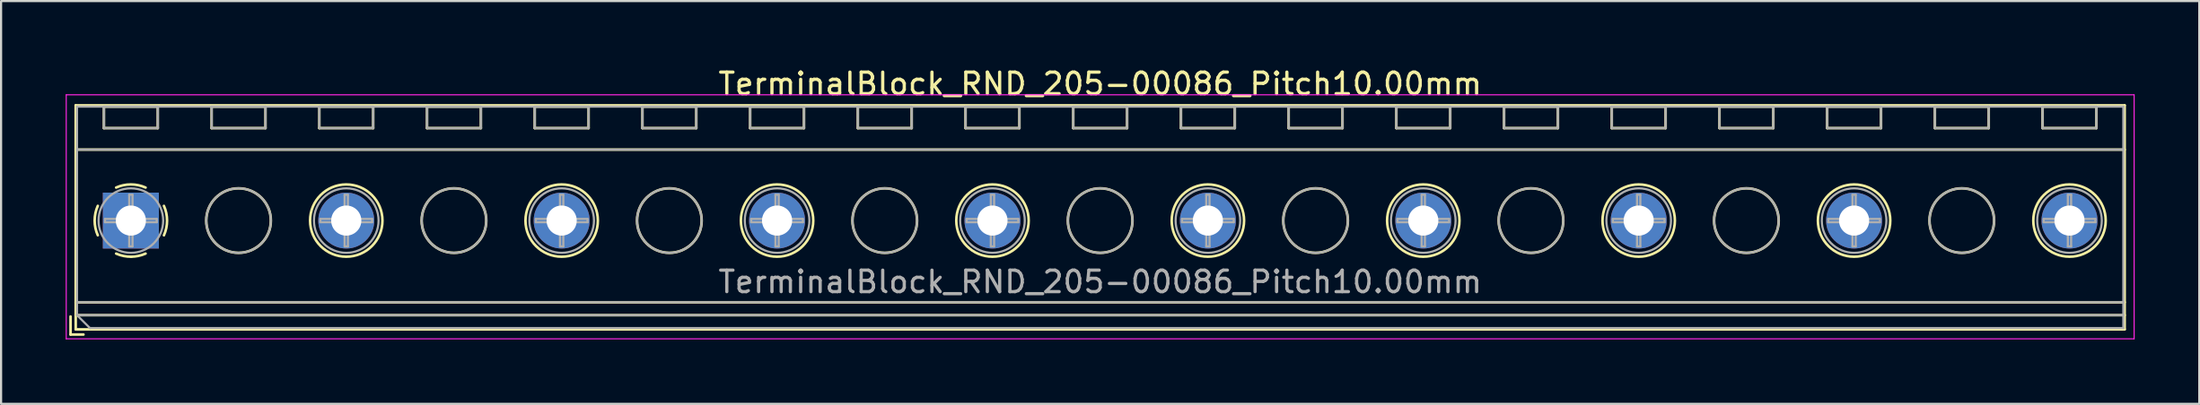
<source format=kicad_pcb>
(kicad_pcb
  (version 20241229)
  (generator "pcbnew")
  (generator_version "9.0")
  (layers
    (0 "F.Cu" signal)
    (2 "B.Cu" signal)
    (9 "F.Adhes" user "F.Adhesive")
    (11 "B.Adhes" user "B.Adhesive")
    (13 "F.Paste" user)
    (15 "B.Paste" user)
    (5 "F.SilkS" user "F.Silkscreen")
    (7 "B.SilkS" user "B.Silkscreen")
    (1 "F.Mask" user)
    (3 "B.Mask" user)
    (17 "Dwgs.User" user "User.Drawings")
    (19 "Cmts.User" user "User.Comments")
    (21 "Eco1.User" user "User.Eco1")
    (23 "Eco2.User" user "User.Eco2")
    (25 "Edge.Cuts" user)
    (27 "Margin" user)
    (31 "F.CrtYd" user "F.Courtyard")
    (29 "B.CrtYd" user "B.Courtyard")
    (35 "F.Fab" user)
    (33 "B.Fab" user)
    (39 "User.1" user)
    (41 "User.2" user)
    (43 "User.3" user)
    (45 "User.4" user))
  (footprint "TerminalBlock_RND_205-00086_Pitch10.00mm"
    (layer "F.Cu")
    (at 3.025 7.208)
    (property "Reference" "TerminalBlock_RND_205-00086_Pitch10.00mm" (at 45 -6.36 0) (layer "F.SilkS") (effects (font (size 1 1) (thickness 0.15))))
    (attr through_hole)
    (fp_line (start -2.8 4.46) (end -2.8 5.3) (stroke (width 0.12) (type solid)) (layer "F.SilkS"))
    (fp_line (start -2.8 5.3) (end -2.2 5.3) (stroke (width 0.12) (type solid)) (layer "F.SilkS"))
    (fp_line (start -2.56 -5.36) (end -2.56 5.06) (stroke (width 0.12) (type solid)) (layer "F.SilkS"))
    (fp_line (start -2.56 -3.3) (end 92.56 -3.3) (stroke (width 0.12) (type solid)) (layer "F.SilkS"))
    (fp_line (start -2.56 3.8) (end 92.56 3.8) (stroke (width 0.12) (type solid)) (layer "F.SilkS"))
    (fp_line (start -2.56 4.4) (end 92.56 4.4) (stroke (width 0.12) (type solid)) (layer "F.SilkS"))
    (fp_line (start -2.56 5.06) (end 92.56 5.06) (stroke (width 0.12) (type solid)) (layer "F.SilkS"))
    (fp_line (start -1.25 -5.301) (end -1.25 -4.301) (stroke (width 0.12) (type solid)) (layer "F.SilkS"))
    (fp_line (start -1.25 -5.301) (end 1.25 -5.301) (stroke (width 0.12) (type solid)) (layer "F.SilkS"))
    (fp_line (start -1.25 -4.301) (end 1.25 -4.301) (stroke (width 0.12) (type solid)) (layer "F.SilkS"))
    (fp_line (start 1.25 -5.301) (end 1.25 -4.301) (stroke (width 0.12) (type solid)) (layer "F.SilkS"))
    (fp_line (start 3.75 -5.301) (end 3.75 -4.301) (stroke (width 0.12) (type solid)) (layer "F.SilkS"))
    (fp_line (start 3.75 -5.301) (end 6.25 -5.301) (stroke (width 0.12) (type solid)) (layer "F.SilkS"))
    (fp_line (start 3.75 -4.301) (end 6.25 -4.301) (stroke (width 0.12) (type solid)) (layer "F.SilkS"))
    (fp_line (start 6.25 -5.301) (end 6.25 -4.301) (stroke (width 0.12) (type solid)) (layer "F.SilkS"))
    (fp_line (start 8.75 -5.301) (end 8.75 -4.301) (stroke (width 0.12) (type solid)) (layer "F.SilkS"))
    (fp_line (start 8.75 -5.301) (end 11.25 -5.301) (stroke (width 0.12) (type solid)) (layer "F.SilkS"))
    (fp_line (start 8.75 -4.301) (end 11.25 -4.301) (stroke (width 0.12) (type solid)) (layer "F.SilkS"))
    (fp_line (start 11.25 -5.301) (end 11.25 -4.301) (stroke (width 0.12) (type solid)) (layer "F.SilkS"))
    (fp_line (start 13.75 -5.301) (end 13.75 -4.301) (stroke (width 0.12) (type solid)) (layer "F.SilkS"))
    (fp_line (start 13.75 -5.301) (end 16.25 -5.301) (stroke (width 0.12) (type solid)) (layer "F.SilkS"))
    (fp_line (start 13.75 -4.301) (end 16.25 -4.301) (stroke (width 0.12) (type solid)) (layer "F.SilkS"))
    (fp_line (start 16.25 -5.301) (end 16.25 -4.301) (stroke (width 0.12) (type solid)) (layer "F.SilkS"))
    (fp_line (start 18.75 -5.301) (end 18.75 -4.301) (stroke (width 0.12) (type solid)) (layer "F.SilkS"))
    (fp_line (start 18.75 -5.301) (end 21.25 -5.301) (stroke (width 0.12) (type solid)) (layer "F.SilkS"))
    (fp_line (start 18.75 -4.301) (end 21.25 -4.301) (stroke (width 0.12) (type solid)) (layer "F.SilkS"))
    (fp_line (start 21.25 -5.301) (end 21.25 -4.301) (stroke (width 0.12) (type solid)) (layer "F.SilkS"))
    (fp_line (start 23.75 -5.301) (end 23.75 -4.301) (stroke (width 0.12) (type solid)) (layer "F.SilkS"))
    (fp_line (start 23.75 -5.301) (end 26.25 -5.301) (stroke (width 0.12) (type solid)) (layer "F.SilkS"))
    (fp_line (start 23.75 -4.301) (end 26.25 -4.301) (stroke (width 0.12) (type solid)) (layer "F.SilkS"))
    (fp_line (start 26.25 -5.301) (end 26.25 -4.301) (stroke (width 0.12) (type solid)) (layer "F.SilkS"))
    (fp_line (start 28.75 -5.301) (end 28.75 -4.301) (stroke (width 0.12) (type solid)) (layer "F.SilkS"))
    (fp_line (start 28.75 -5.301) (end 31.25 -5.301) (stroke (width 0.12) (type solid)) (layer "F.SilkS"))
    (fp_line (start 28.75 -4.301) (end 31.25 -4.301) (stroke (width 0.12) (type solid)) (layer "F.SilkS"))
    (fp_line (start 31.25 -5.301) (end 31.25 -4.301) (stroke (width 0.12) (type solid)) (layer "F.SilkS"))
    (fp_line (start 33.75 -5.301) (end 33.75 -4.301) (stroke (width 0.12) (type solid)) (layer "F.SilkS"))
    (fp_line (start 33.75 -5.301) (end 36.25 -5.301) (stroke (width 0.12) (type solid)) (layer "F.SilkS"))
    (fp_line (start 33.75 -4.301) (end 36.25 -4.301) (stroke (width 0.12) (type solid)) (layer "F.SilkS"))
    (fp_line (start 36.25 -5.301) (end 36.25 -4.301) (stroke (width 0.12) (type solid)) (layer "F.SilkS"))
    (fp_line (start 38.75 -5.301) (end 38.75 -4.301) (stroke (width 0.12) (type solid)) (layer "F.SilkS"))
    (fp_line (start 38.75 -5.301) (end 41.25 -5.301) (stroke (width 0.12) (type solid)) (layer "F.SilkS"))
    (fp_line (start 38.75 -4.301) (end 41.25 -4.301) (stroke (width 0.12) (type solid)) (layer "F.SilkS"))
    (fp_line (start 41.25 -5.301) (end 41.25 -4.301) (stroke (width 0.12) (type solid)) (layer "F.SilkS"))
    (fp_line (start 43.75 -5.301) (end 43.75 -4.301) (stroke (width 0.12) (type solid)) (layer "F.SilkS"))
    (fp_line (start 43.75 -5.301) (end 46.25 -5.301) (stroke (width 0.12) (type solid)) (layer "F.SilkS"))
    (fp_line (start 43.75 -4.301) (end 46.25 -4.301) (stroke (width 0.12) (type solid)) (layer "F.SilkS"))
    (fp_line (start 46.25 -5.301) (end 46.25 -4.301) (stroke (width 0.12) (type solid)) (layer "F.SilkS"))
    (fp_line (start 48.75 -5.301) (end 48.75 -4.301) (stroke (width 0.12) (type solid)) (layer "F.SilkS"))
    (fp_line (start 48.75 -5.301) (end 51.25 -5.301) (stroke (width 0.12) (type solid)) (layer "F.SilkS"))
    (fp_line (start 48.75 -4.301) (end 51.25 -4.301) (stroke (width 0.12) (type solid)) (layer "F.SilkS"))
    (fp_line (start 51.25 -5.301) (end 51.25 -4.301) (stroke (width 0.12) (type solid)) (layer "F.SilkS"))
    (fp_line (start 53.75 -5.301) (end 53.75 -4.301) (stroke (width 0.12) (type solid)) (layer "F.SilkS"))
    (fp_line (start 53.75 -5.301) (end 56.25 -5.301) (stroke (width 0.12) (type solid)) (layer "F.SilkS"))
    (fp_line (start 53.75 -4.301) (end 56.25 -4.301) (stroke (width 0.12) (type solid)) (layer "F.SilkS"))
    (fp_line (start 56.25 -5.301) (end 56.25 -4.301) (stroke (width 0.12) (type solid)) (layer "F.SilkS"))
    (fp_line (start 58.75 -5.301) (end 58.75 -4.301) (stroke (width 0.12) (type solid)) (layer "F.SilkS"))
    (fp_line (start 58.75 -5.301) (end 61.25 -5.301) (stroke (width 0.12) (type solid)) (layer "F.SilkS"))
    (fp_line (start 58.75 -4.301) (end 61.25 -4.301) (stroke (width 0.12) (type solid)) (layer "F.SilkS"))
    (fp_line (start 61.25 -5.301) (end 61.25 -4.301) (stroke (width 0.12) (type solid)) (layer "F.SilkS"))
    (fp_line (start 63.75 -5.301) (end 63.75 -4.301) (stroke (width 0.12) (type solid)) (layer "F.SilkS"))
    (fp_line (start 63.75 -5.301) (end 66.25 -5.301) (stroke (width 0.12) (type solid)) (layer "F.SilkS"))
    (fp_line (start 63.75 -4.301) (end 66.25 -4.301) (stroke (width 0.12) (type solid)) (layer "F.SilkS"))
    (fp_line (start 66.25 -5.301) (end 66.25 -4.301) (stroke (width 0.12) (type solid)) (layer "F.SilkS"))
    (fp_line (start 68.75 -5.301) (end 68.75 -4.301) (stroke (width 0.12) (type solid)) (layer "F.SilkS"))
    (fp_line (start 68.75 -5.301) (end 71.25 -5.301) (stroke (width 0.12) (type solid)) (layer "F.SilkS"))
    (fp_line (start 68.75 -4.301) (end 71.25 -4.301) (stroke (width 0.12) (type solid)) (layer "F.SilkS"))
    (fp_line (start 71.25 -5.301) (end 71.25 -4.301) (stroke (width 0.12) (type solid)) (layer "F.SilkS"))
    (fp_line (start 73.75 -5.301) (end 73.75 -4.301) (stroke (width 0.12) (type solid)) (layer "F.SilkS"))
    (fp_line (start 73.75 -5.301) (end 76.25 -5.301) (stroke (width 0.12) (type solid)) (layer "F.SilkS"))
    (fp_line (start 73.75 -4.301) (end 76.25 -4.301) (stroke (width 0.12) (type solid)) (layer "F.SilkS"))
    (fp_line (start 76.25 -5.301) (end 76.25 -4.301) (stroke (width 0.12) (type solid)) (layer "F.SilkS"))
    (fp_line (start 78.75 -5.301) (end 78.75 -4.301) (stroke (width 0.12) (type solid)) (layer "F.SilkS"))
    (fp_line (start 78.75 -5.301) (end 81.25 -5.301) (stroke (width 0.12) (type solid)) (layer "F.SilkS"))
    (fp_line (start 78.75 -4.301) (end 81.25 -4.301) (stroke (width 0.12) (type solid)) (layer "F.SilkS"))
    (fp_line (start 81.25 -5.301) (end 81.25 -4.301) (stroke (width 0.12) (type solid)) (layer "F.SilkS"))
    (fp_line (start 83.75 -5.301) (end 83.75 -4.301) (stroke (width 0.12) (type solid)) (layer "F.SilkS"))
    (fp_line (start 83.75 -5.301) (end 86.25 -5.301) (stroke (width 0.12) (type solid)) (layer "F.SilkS"))
    (fp_line (start 83.75 -4.301) (end 86.25 -4.301) (stroke (width 0.12) (type solid)) (layer "F.SilkS"))
    (fp_line (start 86.25 -5.301) (end 86.25 -4.301) (stroke (width 0.12) (type solid)) (layer "F.SilkS"))
    (fp_line (start 88.75 -5.301) (end 88.75 -4.301) (stroke (width 0.12) (type solid)) (layer "F.SilkS"))
    (fp_line (start 88.75 -5.301) (end 91.25 -5.301) (stroke (width 0.12) (type solid)) (layer "F.SilkS"))
    (fp_line (start 88.75 -4.301) (end 91.25 -4.301) (stroke (width 0.12) (type solid)) (layer "F.SilkS"))
    (fp_line (start 91.25 -5.301) (end 91.25 -4.301) (stroke (width 0.12) (type solid)) (layer "F.SilkS"))
    (fp_line (start 92.56 -5.36) (end -2.56 -5.36) (stroke (width 0.12) (type solid)) (layer "F.SilkS"))
    (fp_line (start 92.56 5.06) (end 92.56 -5.36) (stroke (width 0.12) (type solid)) (layer "F.SilkS"))
    (fp_arc (start -1.535427 0.683042) (mid -1.680501 -0.000524) (end -1.535 -0.684) (stroke (width 0.12) (type solid)) (layer "F.SilkS"))
    (fp_arc (start -0.683042 -1.535427) (mid 0.000524 -1.680501) (end 0.684 -1.535) (stroke (width 0.12) (type solid)) (layer "F.SilkS"))
    (fp_arc (start 0.028805 1.680253) (mid -0.335551 1.646659) (end -0.684 1.535) (stroke (width 0.12) (type solid)) (layer "F.SilkS"))
    (fp_arc (start 0.683318 1.534756) (mid 0.349292 1.643288) (end 0 1.68) (stroke (width 0.12) (type solid)) (layer "F.SilkS"))
    (fp_arc (start 1.535427 -0.683042) (mid 1.680501 0.000524) (end 1.535 0.684) (stroke (width 0.12) (type solid)) (layer "F.SilkS"))
    (fp_circle (center 5 0) (end 6.5 0) (stroke (width 0.12) (type solid)) (fill no) (layer "F.SilkS"))
    (fp_circle (center 10 0) (end 11.68 0) (stroke (width 0.12) (type solid)) (fill no) (layer "F.SilkS"))
    (fp_circle (center 15 0) (end 16.5 0) (stroke (width 0.12) (type solid)) (fill no) (layer "F.SilkS"))
    (fp_circle (center 20 0) (end 21.68 0) (stroke (width 0.12) (type solid)) (fill no) (layer "F.SilkS"))
    (fp_circle (center 25 0) (end 26.5 0) (stroke (width 0.12) (type solid)) (fill no) (layer "F.SilkS"))
    (fp_circle (center 30 0) (end 31.68 0) (stroke (width 0.12) (type solid)) (fill no) (layer "F.SilkS"))
    (fp_circle (center 35 0) (end 36.5 0) (stroke (width 0.12) (type solid)) (fill no) (layer "F.SilkS"))
    (fp_circle (center 40 0) (end 41.68 0) (stroke (width 0.12) (type solid)) (fill no) (layer "F.SilkS"))
    (fp_circle (center 45 0) (end 46.5 0) (stroke (width 0.12) (type solid)) (fill no) (layer "F.SilkS"))
    (fp_circle (center 50 0) (end 51.68 0) (stroke (width 0.12) (type solid)) (fill no) (layer "F.SilkS"))
    (fp_circle (center 55 0) (end 56.5 0) (stroke (width 0.12) (type solid)) (fill no) (layer "F.SilkS"))
    (fp_circle (center 60 0) (end 61.68 0) (stroke (width 0.12) (type solid)) (fill no) (layer "F.SilkS"))
    (fp_circle (center 65 0) (end 66.5 0) (stroke (width 0.12) (type solid)) (fill no) (layer "F.SilkS"))
    (fp_circle (center 70 0) (end 71.68 0) (stroke (width 0.12) (type solid)) (fill no) (layer "F.SilkS"))
    (fp_circle (center 75 0) (end 76.5 0) (stroke (width 0.12) (type solid)) (fill no) (layer "F.SilkS"))
    (fp_circle (center 80 0) (end 81.68 0) (stroke (width 0.12) (type solid)) (fill no) (layer "F.SilkS"))
    (fp_circle (center 85 0) (end 86.5 0) (stroke (width 0.12) (type solid)) (fill no) (layer "F.SilkS"))
    (fp_circle (center 90 0) (end 91.68 0) (stroke (width 0.12) (type solid)) (fill no) (layer "F.SilkS"))
    (fp_line (start -3 -5.85) (end -3 5.5) (stroke (width 0.05) (type solid)) (layer "F.CrtYd"))
    (fp_line (start -3 5.5) (end 93 5.5) (stroke (width 0.05) (type solid)) (layer "F.CrtYd"))
    (fp_line (start 93 -5.85) (end -3 -5.85) (stroke (width 0.05) (type solid)) (layer "F.CrtYd"))
    (fp_line (start 93 5.5) (end 93 -5.85) (stroke (width 0.05) (type solid)) (layer "F.CrtYd"))
    (fp_line (start -2.5 -5.3) (end 92.5 -5.3) (stroke (width 0.1) (type solid)) (layer "F.Fab"))
    (fp_line (start -2.5 -3.3) (end 92.5 -3.3) (stroke (width 0.1) (type solid)) (layer "F.Fab"))
    (fp_line (start -2.5 3.8) (end 92.5 3.8) (stroke (width 0.1) (type solid)) (layer "F.Fab"))
    (fp_line (start -2.5 4.4) (end -2.5 -5.3) (stroke (width 0.1) (type solid)) (layer "F.Fab"))
    (fp_line (start -2.5 4.4) (end 92.5 4.4) (stroke (width 0.1) (type solid)) (layer "F.Fab"))
    (fp_line (start -1.9 5) (end -2.5 4.4) (stroke (width 0.1) (type solid)) (layer "F.Fab"))
    (fp_line (start -1.25 -5.3) (end -1.25 -4.3) (stroke (width 0.1) (type solid)) (layer "F.Fab"))
    (fp_line (start -1.25 -4.3) (end 1.25 -4.3) (stroke (width 0.1) (type solid)) (layer "F.Fab"))
    (fp_line (start -1.201 -0.076) (end -0.076 -0.076) (stroke (width 0.1) (type solid)) (layer "F.Fab"))
    (fp_line (start -1.201 0.076) (end -1.201 -0.076) (stroke (width 0.1) (type solid)) (layer "F.Fab"))
    (fp_line (start -0.076 -1.201) (end 0.076 -1.201) (stroke (width 0.1) (type solid)) (layer "F.Fab"))
    (fp_line (start -0.076 -0.076) (end -0.076 -1.201) (stroke (width 0.1) (type solid)) (layer "F.Fab"))
    (fp_line (start -0.076 0.076) (end -1.201 0.076) (stroke (width 0.1) (type solid)) (layer "F.Fab"))
    (fp_line (start -0.076 1.201) (end -0.076 0.076) (stroke (width 0.1) (type solid)) (layer "F.Fab"))
    (fp_line (start 0.076 -1.201) (end 0.076 -0.076) (stroke (width 0.1) (type solid)) (layer "F.Fab"))
    (fp_line (start 0.076 -0.076) (end 1.201 -0.076) (stroke (width 0.1) (type solid)) (layer "F.Fab"))
    (fp_line (start 0.076 0.076) (end 0.076 1.201) (stroke (width 0.1) (type solid)) (layer "F.Fab"))
    (fp_line (start 0.076 1.201) (end -0.076 1.201) (stroke (width 0.1) (type solid)) (layer "F.Fab"))
    (fp_line (start 1.201 -0.076) (end 1.201 0.076) (stroke (width 0.1) (type solid)) (layer "F.Fab"))
    (fp_line (start 1.201 0.076) (end 0.076 0.076) (stroke (width 0.1) (type solid)) (layer "F.Fab"))
    (fp_line (start 1.25 -5.3) (end -1.25 -5.3) (stroke (width 0.1) (type solid)) (layer "F.Fab"))
    (fp_line (start 1.25 -4.3) (end 1.25 -5.3) (stroke (width 0.1) (type solid)) (layer "F.Fab"))
    (fp_line (start 3.75 -5.3) (end 3.75 -4.3) (stroke (width 0.1) (type solid)) (layer "F.Fab"))
    (fp_line (start 3.75 -4.3) (end 6.25 -4.3) (stroke (width 0.1) (type solid)) (layer "F.Fab"))
    (fp_line (start 6.25 -5.3) (end 3.75 -5.3) (stroke (width 0.1) (type solid)) (layer "F.Fab"))
    (fp_line (start 6.25 -4.3) (end 6.25 -5.3) (stroke (width 0.1) (type solid)) (layer "F.Fab"))
    (fp_line (start 8.75 -5.3) (end 8.75 -4.3) (stroke (width 0.1) (type solid)) (layer "F.Fab"))
    (fp_line (start 8.75 -4.3) (end 11.25 -4.3) (stroke (width 0.1) (type solid)) (layer "F.Fab"))
    (fp_line (start 8.799 -0.076) (end 9.924 -0.076) (stroke (width 0.1) (type solid)) (layer "F.Fab"))
    (fp_line (start 8.799 0.076) (end 8.799 -0.076) (stroke (width 0.1) (type solid)) (layer "F.Fab"))
    (fp_line (start 9.924 -1.201) (end 10.076 -1.201) (stroke (width 0.1) (type solid)) (layer "F.Fab"))
    (fp_line (start 9.924 -0.076) (end 9.924 -1.201) (stroke (width 0.1) (type solid)) (layer "F.Fab"))
    (fp_line (start 9.924 0.076) (end 8.799 0.076) (stroke (width 0.1) (type solid)) (layer "F.Fab"))
    (fp_line (start 9.924 1.201) (end 9.924 0.076) (stroke (width 0.1) (type solid)) (layer "F.Fab"))
    (fp_line (start 10.076 -1.201) (end 10.076 -0.076) (stroke (width 0.1) (type solid)) (layer "F.Fab"))
    (fp_line (start 10.076 -0.076) (end 11.201 -0.076) (stroke (width 0.1) (type solid)) (layer "F.Fab"))
    (fp_line (start 10.076 0.076) (end 10.076 1.201) (stroke (width 0.1) (type solid)) (layer "F.Fab"))
    (fp_line (start 10.076 1.201) (end 9.924 1.201) (stroke (width 0.1) (type solid)) (layer "F.Fab"))
    (fp_line (start 11.201 -0.076) (end 11.201 0.076) (stroke (width 0.1) (type solid)) (layer "F.Fab"))
    (fp_line (start 11.201 0.076) (end 10.076 0.076) (stroke (width 0.1) (type solid)) (layer "F.Fab"))
    (fp_line (start 11.25 -5.3) (end 8.75 -5.3) (stroke (width 0.1) (type solid)) (layer "F.Fab"))
    (fp_line (start 11.25 -4.3) (end 11.25 -5.3) (stroke (width 0.1) (type solid)) (layer "F.Fab"))
    (fp_line (start 13.75 -5.3) (end 13.75 -4.3) (stroke (width 0.1) (type solid)) (layer "F.Fab"))
    (fp_line (start 13.75 -4.3) (end 16.25 -4.3) (stroke (width 0.1) (type solid)) (layer "F.Fab"))
    (fp_line (start 16.25 -5.3) (end 13.75 -5.3) (stroke (width 0.1) (type solid)) (layer "F.Fab"))
    (fp_line (start 16.25 -4.3) (end 16.25 -5.3) (stroke (width 0.1) (type solid)) (layer "F.Fab"))
    (fp_line (start 18.75 -5.3) (end 18.75 -4.3) (stroke (width 0.1) (type solid)) (layer "F.Fab"))
    (fp_line (start 18.75 -4.3) (end 21.25 -4.3) (stroke (width 0.1) (type solid)) (layer "F.Fab"))
    (fp_line (start 18.799 -0.076) (end 19.924 -0.076) (stroke (width 0.1) (type solid)) (layer "F.Fab"))
    (fp_line (start 18.799 0.076) (end 18.799 -0.076) (stroke (width 0.1) (type solid)) (layer "F.Fab"))
    (fp_line (start 19.924 -1.201) (end 20.076 -1.201) (stroke (width 0.1) (type solid)) (layer "F.Fab"))
    (fp_line (start 19.924 -0.076) (end 19.924 -1.201) (stroke (width 0.1) (type solid)) (layer "F.Fab"))
    (fp_line (start 19.924 0.076) (end 18.799 0.076) (stroke (width 0.1) (type solid)) (layer "F.Fab"))
    (fp_line (start 19.924 1.201) (end 19.924 0.076) (stroke (width 0.1) (type solid)) (layer "F.Fab"))
    (fp_line (start 20.076 -1.201) (end 20.076 -0.076) (stroke (width 0.1) (type solid)) (layer "F.Fab"))
    (fp_line (start 20.076 -0.076) (end 21.201 -0.076) (stroke (width 0.1) (type solid)) (layer "F.Fab"))
    (fp_line (start 20.076 0.076) (end 20.076 1.201) (stroke (width 0.1) (type solid)) (layer "F.Fab"))
    (fp_line (start 20.076 1.201) (end 19.924 1.201) (stroke (width 0.1) (type solid)) (layer "F.Fab"))
    (fp_line (start 21.201 -0.076) (end 21.201 0.076) (stroke (width 0.1) (type solid)) (layer "F.Fab"))
    (fp_line (start 21.201 0.076) (end 20.076 0.076) (stroke (width 0.1) (type solid)) (layer "F.Fab"))
    (fp_line (start 21.25 -5.3) (end 18.75 -5.3) (stroke (width 0.1) (type solid)) (layer "F.Fab"))
    (fp_line (start 21.25 -4.3) (end 21.25 -5.3) (stroke (width 0.1) (type solid)) (layer "F.Fab"))
    (fp_line (start 23.75 -5.3) (end 23.75 -4.3) (stroke (width 0.1) (type solid)) (layer "F.Fab"))
    (fp_line (start 23.75 -4.3) (end 26.25 -4.3) (stroke (width 0.1) (type solid)) (layer "F.Fab"))
    (fp_line (start 26.25 -5.3) (end 23.75 -5.3) (stroke (width 0.1) (type solid)) (layer "F.Fab"))
    (fp_line (start 26.25 -4.3) (end 26.25 -5.3) (stroke (width 0.1) (type solid)) (layer "F.Fab"))
    (fp_line (start 28.75 -5.3) (end 28.75 -4.3) (stroke (width 0.1) (type solid)) (layer "F.Fab"))
    (fp_line (start 28.75 -4.3) (end 31.25 -4.3) (stroke (width 0.1) (type solid)) (layer "F.Fab"))
    (fp_line (start 28.799 -0.076) (end 29.924 -0.076) (stroke (width 0.1) (type solid)) (layer "F.Fab"))
    (fp_line (start 28.799 0.076) (end 28.799 -0.076) (stroke (width 0.1) (type solid)) (layer "F.Fab"))
    (fp_line (start 29.924 -1.201) (end 30.076 -1.201) (stroke (width 0.1) (type solid)) (layer "F.Fab"))
    (fp_line (start 29.924 -0.076) (end 29.924 -1.201) (stroke (width 0.1) (type solid)) (layer "F.Fab"))
    (fp_line (start 29.924 0.076) (end 28.799 0.076) (stroke (width 0.1) (type solid)) (layer "F.Fab"))
    (fp_line (start 29.924 1.201) (end 29.924 0.076) (stroke (width 0.1) (type solid)) (layer "F.Fab"))
    (fp_line (start 30.076 -1.201) (end 30.076 -0.076) (stroke (width 0.1) (type solid)) (layer "F.Fab"))
    (fp_line (start 30.076 -0.076) (end 31.201 -0.076) (stroke (width 0.1) (type solid)) (layer "F.Fab"))
    (fp_line (start 30.076 0.076) (end 30.076 1.201) (stroke (width 0.1) (type solid)) (layer "F.Fab"))
    (fp_line (start 30.076 1.201) (end 29.924 1.201) (stroke (width 0.1) (type solid)) (layer "F.Fab"))
    (fp_line (start 31.201 -0.076) (end 31.201 0.076) (stroke (width 0.1) (type solid)) (layer "F.Fab"))
    (fp_line (start 31.201 0.076) (end 30.076 0.076) (stroke (width 0.1) (type solid)) (layer "F.Fab"))
    (fp_line (start 31.25 -5.3) (end 28.75 -5.3) (stroke (width 0.1) (type solid)) (layer "F.Fab"))
    (fp_line (start 31.25 -4.3) (end 31.25 -5.3) (stroke (width 0.1) (type solid)) (layer "F.Fab"))
    (fp_line (start 33.75 -5.3) (end 33.75 -4.3) (stroke (width 0.1) (type solid)) (layer "F.Fab"))
    (fp_line (start 33.75 -4.3) (end 36.25 -4.3) (stroke (width 0.1) (type solid)) (layer "F.Fab"))
    (fp_line (start 36.25 -5.3) (end 33.75 -5.3) (stroke (width 0.1) (type solid)) (layer "F.Fab"))
    (fp_line (start 36.25 -4.3) (end 36.25 -5.3) (stroke (width 0.1) (type solid)) (layer "F.Fab"))
    (fp_line (start 38.75 -5.3) (end 38.75 -4.3) (stroke (width 0.1) (type solid)) (layer "F.Fab"))
    (fp_line (start 38.75 -4.3) (end 41.25 -4.3) (stroke (width 0.1) (type solid)) (layer "F.Fab"))
    (fp_line (start 38.799 -0.076) (end 39.924 -0.076) (stroke (width 0.1) (type solid)) (layer "F.Fab"))
    (fp_line (start 38.799 0.076) (end 38.799 -0.076) (stroke (width 0.1) (type solid)) (layer "F.Fab"))
    (fp_line (start 39.924 -1.201) (end 40.076 -1.201) (stroke (width 0.1) (type solid)) (layer "F.Fab"))
    (fp_line (start 39.924 -0.076) (end 39.924 -1.201) (stroke (width 0.1) (type solid)) (layer "F.Fab"))
    (fp_line (start 39.924 0.076) (end 38.799 0.076) (stroke (width 0.1) (type solid)) (layer "F.Fab"))
    (fp_line (start 39.924 1.201) (end 39.924 0.076) (stroke (width 0.1) (type solid)) (layer "F.Fab"))
    (fp_line (start 40.076 -1.201) (end 40.076 -0.076) (stroke (width 0.1) (type solid)) (layer "F.Fab"))
    (fp_line (start 40.076 -0.076) (end 41.201 -0.076) (stroke (width 0.1) (type solid)) (layer "F.Fab"))
    (fp_line (start 40.076 0.076) (end 40.076 1.201) (stroke (width 0.1) (type solid)) (layer "F.Fab"))
    (fp_line (start 40.076 1.201) (end 39.924 1.201) (stroke (width 0.1) (type solid)) (layer "F.Fab"))
    (fp_line (start 41.201 -0.076) (end 41.201 0.076) (stroke (width 0.1) (type solid)) (layer "F.Fab"))
    (fp_line (start 41.201 0.076) (end 40.076 0.076) (stroke (width 0.1) (type solid)) (layer "F.Fab"))
    (fp_line (start 41.25 -5.3) (end 38.75 -5.3) (stroke (width 0.1) (type solid)) (layer "F.Fab"))
    (fp_line (start 41.25 -4.3) (end 41.25 -5.3) (stroke (width 0.1) (type solid)) (layer "F.Fab"))
    (fp_line (start 43.75 -5.3) (end 43.75 -4.3) (stroke (width 0.1) (type solid)) (layer "F.Fab"))
    (fp_line (start 43.75 -4.3) (end 46.25 -4.3) (stroke (width 0.1) (type solid)) (layer "F.Fab"))
    (fp_line (start 46.25 -5.3) (end 43.75 -5.3) (stroke (width 0.1) (type solid)) (layer "F.Fab"))
    (fp_line (start 46.25 -4.3) (end 46.25 -5.3) (stroke (width 0.1) (type solid)) (layer "F.Fab"))
    (fp_line (start 48.75 -5.3) (end 48.75 -4.3) (stroke (width 0.1) (type solid)) (layer "F.Fab"))
    (fp_line (start 48.75 -4.3) (end 51.25 -4.3) (stroke (width 0.1) (type solid)) (layer "F.Fab"))
    (fp_line (start 48.799 -0.076) (end 49.924 -0.076) (stroke (width 0.1) (type solid)) (layer "F.Fab"))
    (fp_line (start 48.799 0.076) (end 48.799 -0.076) (stroke (width 0.1) (type solid)) (layer "F.Fab"))
    (fp_line (start 49.924 -1.201) (end 50.076 -1.201) (stroke (width 0.1) (type solid)) (layer "F.Fab"))
    (fp_line (start 49.924 -0.076) (end 49.924 -1.201) (stroke (width 0.1) (type solid)) (layer "F.Fab"))
    (fp_line (start 49.924 0.076) (end 48.799 0.076) (stroke (width 0.1) (type solid)) (layer "F.Fab"))
    (fp_line (start 49.924 1.201) (end 49.924 0.076) (stroke (width 0.1) (type solid)) (layer "F.Fab"))
    (fp_line (start 50.076 -1.201) (end 50.076 -0.076) (stroke (width 0.1) (type solid)) (layer "F.Fab"))
    (fp_line (start 50.076 -0.076) (end 51.201 -0.076) (stroke (width 0.1) (type solid)) (layer "F.Fab"))
    (fp_line (start 50.076 0.076) (end 50.076 1.201) (stroke (width 0.1) (type solid)) (layer "F.Fab"))
    (fp_line (start 50.076 1.201) (end 49.924 1.201) (stroke (width 0.1) (type solid)) (layer "F.Fab"))
    (fp_line (start 51.201 -0.076) (end 51.201 0.076) (stroke (width 0.1) (type solid)) (layer "F.Fab"))
    (fp_line (start 51.201 0.076) (end 50.076 0.076) (stroke (width 0.1) (type solid)) (layer "F.Fab"))
    (fp_line (start 51.25 -5.3) (end 48.75 -5.3) (stroke (width 0.1) (type solid)) (layer "F.Fab"))
    (fp_line (start 51.25 -4.3) (end 51.25 -5.3) (stroke (width 0.1) (type solid)) (layer "F.Fab"))
    (fp_line (start 53.75 -5.3) (end 53.75 -4.3) (stroke (width 0.1) (type solid)) (layer "F.Fab"))
    (fp_line (start 53.75 -4.3) (end 56.25 -4.3) (stroke (width 0.1) (type solid)) (layer "F.Fab"))
    (fp_line (start 56.25 -5.3) (end 53.75 -5.3) (stroke (width 0.1) (type solid)) (layer "F.Fab"))
    (fp_line (start 56.25 -4.3) (end 56.25 -5.3) (stroke (width 0.1) (type solid)) (layer "F.Fab"))
    (fp_line (start 58.75 -5.3) (end 58.75 -4.3) (stroke (width 0.1) (type solid)) (layer "F.Fab"))
    (fp_line (start 58.75 -4.3) (end 61.25 -4.3) (stroke (width 0.1) (type solid)) (layer "F.Fab"))
    (fp_line (start 58.799 -0.076) (end 59.924 -0.076) (stroke (width 0.1) (type solid)) (layer "F.Fab"))
    (fp_line (start 58.799 0.076) (end 58.799 -0.076) (stroke (width 0.1) (type solid)) (layer "F.Fab"))
    (fp_line (start 59.924 -1.201) (end 60.076 -1.201) (stroke (width 0.1) (type solid)) (layer "F.Fab"))
    (fp_line (start 59.924 -0.076) (end 59.924 -1.201) (stroke (width 0.1) (type solid)) (layer "F.Fab"))
    (fp_line (start 59.924 0.076) (end 58.799 0.076) (stroke (width 0.1) (type solid)) (layer "F.Fab"))
    (fp_line (start 59.924 1.201) (end 59.924 0.076) (stroke (width 0.1) (type solid)) (layer "F.Fab"))
    (fp_line (start 60.076 -1.201) (end 60.076 -0.076) (stroke (width 0.1) (type solid)) (layer "F.Fab"))
    (fp_line (start 60.076 -0.076) (end 61.201 -0.076) (stroke (width 0.1) (type solid)) (layer "F.Fab"))
    (fp_line (start 60.076 0.076) (end 60.076 1.201) (stroke (width 0.1) (type solid)) (layer "F.Fab"))
    (fp_line (start 60.076 1.201) (end 59.924 1.201) (stroke (width 0.1) (type solid)) (layer "F.Fab"))
    (fp_line (start 61.201 -0.076) (end 61.201 0.076) (stroke (width 0.1) (type solid)) (layer "F.Fab"))
    (fp_line (start 61.201 0.076) (end 60.076 0.076) (stroke (width 0.1) (type solid)) (layer "F.Fab"))
    (fp_line (start 61.25 -5.3) (end 58.75 -5.3) (stroke (width 0.1) (type solid)) (layer "F.Fab"))
    (fp_line (start 61.25 -4.3) (end 61.25 -5.3) (stroke (width 0.1) (type solid)) (layer "F.Fab"))
    (fp_line (start 63.75 -5.3) (end 63.75 -4.3) (stroke (width 0.1) (type solid)) (layer "F.Fab"))
    (fp_line (start 63.75 -4.3) (end 66.25 -4.3) (stroke (width 0.1) (type solid)) (layer "F.Fab"))
    (fp_line (start 66.25 -5.3) (end 63.75 -5.3) (stroke (width 0.1) (type solid)) (layer "F.Fab"))
    (fp_line (start 66.25 -4.3) (end 66.25 -5.3) (stroke (width 0.1) (type solid)) (layer "F.Fab"))
    (fp_line (start 68.75 -5.3) (end 68.75 -4.3) (stroke (width 0.1) (type solid)) (layer "F.Fab"))
    (fp_line (start 68.75 -4.3) (end 71.25 -4.3) (stroke (width 0.1) (type solid)) (layer "F.Fab"))
    (fp_line (start 68.799 -0.076) (end 69.924 -0.076) (stroke (width 0.1) (type solid)) (layer "F.Fab"))
    (fp_line (start 68.799 0.076) (end 68.799 -0.076) (stroke (width 0.1) (type solid)) (layer "F.Fab"))
    (fp_line (start 69.924 -1.201) (end 70.076 -1.201) (stroke (width 0.1) (type solid)) (layer "F.Fab"))
    (fp_line (start 69.924 -0.076) (end 69.924 -1.201) (stroke (width 0.1) (type solid)) (layer "F.Fab"))
    (fp_line (start 69.924 0.076) (end 68.799 0.076) (stroke (width 0.1) (type solid)) (layer "F.Fab"))
    (fp_line (start 69.924 1.201) (end 69.924 0.076) (stroke (width 0.1) (type solid)) (layer "F.Fab"))
    (fp_line (start 70.076 -1.201) (end 70.076 -0.076) (stroke (width 0.1) (type solid)) (layer "F.Fab"))
    (fp_line (start 70.076 -0.076) (end 71.201 -0.076) (stroke (width 0.1) (type solid)) (layer "F.Fab"))
    (fp_line (start 70.076 0.076) (end 70.076 1.201) (stroke (width 0.1) (type solid)) (layer "F.Fab"))
    (fp_line (start 70.076 1.201) (end 69.924 1.201) (stroke (width 0.1) (type solid)) (layer "F.Fab"))
    (fp_line (start 71.201 -0.076) (end 71.201 0.076) (stroke (width 0.1) (type solid)) (layer "F.Fab"))
    (fp_line (start 71.201 0.076) (end 70.076 0.076) (stroke (width 0.1) (type solid)) (layer "F.Fab"))
    (fp_line (start 71.25 -5.3) (end 68.75 -5.3) (stroke (width 0.1) (type solid)) (layer "F.Fab"))
    (fp_line (start 71.25 -4.3) (end 71.25 -5.3) (stroke (width 0.1) (type solid)) (layer "F.Fab"))
    (fp_line (start 73.75 -5.3) (end 73.75 -4.3) (stroke (width 0.1) (type solid)) (layer "F.Fab"))
    (fp_line (start 73.75 -4.3) (end 76.25 -4.3) (stroke (width 0.1) (type solid)) (layer "F.Fab"))
    (fp_line (start 76.25 -5.3) (end 73.75 -5.3) (stroke (width 0.1) (type solid)) (layer "F.Fab"))
    (fp_line (start 76.25 -4.3) (end 76.25 -5.3) (stroke (width 0.1) (type solid)) (layer "F.Fab"))
    (fp_line (start 78.75 -5.3) (end 78.75 -4.3) (stroke (width 0.1) (type solid)) (layer "F.Fab"))
    (fp_line (start 78.75 -4.3) (end 81.25 -4.3) (stroke (width 0.1) (type solid)) (layer "F.Fab"))
    (fp_line (start 78.799 -0.076) (end 79.924 -0.076) (stroke (width 0.1) (type solid)) (layer "F.Fab"))
    (fp_line (start 78.799 0.076) (end 78.799 -0.076) (stroke (width 0.1) (type solid)) (layer "F.Fab"))
    (fp_line (start 79.924 -1.201) (end 80.076 -1.201) (stroke (width 0.1) (type solid)) (layer "F.Fab"))
    (fp_line (start 79.924 -0.076) (end 79.924 -1.201) (stroke (width 0.1) (type solid)) (layer "F.Fab"))
    (fp_line (start 79.924 0.076) (end 78.799 0.076) (stroke (width 0.1) (type solid)) (layer "F.Fab"))
    (fp_line (start 79.924 1.201) (end 79.924 0.076) (stroke (width 0.1) (type solid)) (layer "F.Fab"))
    (fp_line (start 80.076 -1.201) (end 80.076 -0.076) (stroke (width 0.1) (type solid)) (layer "F.Fab"))
    (fp_line (start 80.076 -0.076) (end 81.201 -0.076) (stroke (width 0.1) (type solid)) (layer "F.Fab"))
    (fp_line (start 80.076 0.076) (end 80.076 1.201) (stroke (width 0.1) (type solid)) (layer "F.Fab"))
    (fp_line (start 80.076 1.201) (end 79.924 1.201) (stroke (width 0.1) (type solid)) (layer "F.Fab"))
    (fp_line (start 81.201 -0.076) (end 81.201 0.076) (stroke (width 0.1) (type solid)) (layer "F.Fab"))
    (fp_line (start 81.201 0.076) (end 80.076 0.076) (stroke (width 0.1) (type solid)) (layer "F.Fab"))
    (fp_line (start 81.25 -5.3) (end 78.75 -5.3) (stroke (width 0.1) (type solid)) (layer "F.Fab"))
    (fp_line (start 81.25 -4.3) (end 81.25 -5.3) (stroke (width 0.1) (type solid)) (layer "F.Fab"))
    (fp_line (start 83.75 -5.3) (end 83.75 -4.3) (stroke (width 0.1) (type solid)) (layer "F.Fab"))
    (fp_line (start 83.75 -4.3) (end 86.25 -4.3) (stroke (width 0.1) (type solid)) (layer "F.Fab"))
    (fp_line (start 86.25 -5.3) (end 83.75 -5.3) (stroke (width 0.1) (type solid)) (layer "F.Fab"))
    (fp_line (start 86.25 -4.3) (end 86.25 -5.3) (stroke (width 0.1) (type solid)) (layer "F.Fab"))
    (fp_line (start 88.75 -5.3) (end 88.75 -4.3) (stroke (width 0.1) (type solid)) (layer "F.Fab"))
    (fp_line (start 88.75 -4.3) (end 91.25 -4.3) (stroke (width 0.1) (type solid)) (layer "F.Fab"))
    (fp_line (start 88.799 -0.076) (end 89.924 -0.076) (stroke (width 0.1) (type solid)) (layer "F.Fab"))
    (fp_line (start 88.799 0.076) (end 88.799 -0.076) (stroke (width 0.1) (type solid)) (layer "F.Fab"))
    (fp_line (start 89.924 -1.201) (end 90.076 -1.201) (stroke (width 0.1) (type solid)) (layer "F.Fab"))
    (fp_line (start 89.924 -0.076) (end 89.924 -1.201) (stroke (width 0.1) (type solid)) (layer "F.Fab"))
    (fp_line (start 89.924 0.076) (end 88.799 0.076) (stroke (width 0.1) (type solid)) (layer "F.Fab"))
    (fp_line (start 89.924 1.201) (end 89.924 0.076) (stroke (width 0.1) (type solid)) (layer "F.Fab"))
    (fp_line (start 90.076 -1.201) (end 90.076 -0.076) (stroke (width 0.1) (type solid)) (layer "F.Fab"))
    (fp_line (start 90.076 -0.076) (end 91.201 -0.076) (stroke (width 0.1) (type solid)) (layer "F.Fab"))
    (fp_line (start 90.076 0.076) (end 90.076 1.201) (stroke (width 0.1) (type solid)) (layer "F.Fab"))
    (fp_line (start 90.076 1.201) (end 89.924 1.201) (stroke (width 0.1) (type solid)) (layer "F.Fab"))
    (fp_line (start 91.201 -0.076) (end 91.201 0.076) (stroke (width 0.1) (type solid)) (layer "F.Fab"))
    (fp_line (start 91.201 0.076) (end 90.076 0.076) (stroke (width 0.1) (type solid)) (layer "F.Fab"))
    (fp_line (start 91.25 -5.3) (end 88.75 -5.3) (stroke (width 0.1) (type solid)) (layer "F.Fab"))
    (fp_line (start 91.25 -4.3) (end 91.25 -5.3) (stroke (width 0.1) (type solid)) (layer "F.Fab"))
    (fp_line (start 92.5 -5.3) (end 92.5 5) (stroke (width 0.1) (type solid)) (layer "F.Fab"))
    (fp_line (start 92.5 5) (end -1.9 5) (stroke (width 0.1) (type solid)) (layer "F.Fab"))
    (fp_circle (center 0 0) (end 1.5 0) (stroke (width 0.1) (type solid)) (fill no) (layer "F.Fab"))
    (fp_circle (center 5 0) (end 6.5 0) (stroke (width 0.1) (type solid)) (fill no) (layer "F.Fab"))
    (fp_circle (center 10 0) (end 11.5 0) (stroke (width 0.1) (type solid)) (fill no) (layer "F.Fab"))
    (fp_circle (center 15 0) (end 16.5 0) (stroke (width 0.1) (type solid)) (fill no) (layer "F.Fab"))
    (fp_circle (center 20 0) (end 21.5 0) (stroke (width 0.1) (type solid)) (fill no) (layer "F.Fab"))
    (fp_circle (center 25 0) (end 26.5 0) (stroke (width 0.1) (type solid)) (fill no) (layer "F.Fab"))
    (fp_circle (center 30 0) (end 31.5 0) (stroke (width 0.1) (type solid)) (fill no) (layer "F.Fab"))
    (fp_circle (center 35 0) (end 36.5 0) (stroke (width 0.1) (type solid)) (fill no) (layer "F.Fab"))
    (fp_circle (center 40 0) (end 41.5 0) (stroke (width 0.1) (type solid)) (fill no) (layer "F.Fab"))
    (fp_circle (center 45 0) (end 46.5 0) (stroke (width 0.1) (type solid)) (fill no) (layer "F.Fab"))
    (fp_circle (center 50 0) (end 51.5 0) (stroke (width 0.1) (type solid)) (fill no) (layer "F.Fab"))
    (fp_circle (center 55 0) (end 56.5 0) (stroke (width 0.1) (type solid)) (fill no) (layer "F.Fab"))
    (fp_circle (center 60 0) (end 61.5 0) (stroke (width 0.1) (type solid)) (fill no) (layer "F.Fab"))
    (fp_circle (center 65 0) (end 66.5 0) (stroke (width 0.1) (type solid)) (fill no) (layer "F.Fab"))
    (fp_circle (center 70 0) (end 71.5 0) (stroke (width 0.1) (type solid)) (fill no) (layer "F.Fab"))
    (fp_circle (center 75 0) (end 76.5 0) (stroke (width 0.1) (type solid)) (fill no) (layer "F.Fab"))
    (fp_circle (center 80 0) (end 81.5 0) (stroke (width 0.1) (type solid)) (fill no) (layer "F.Fab"))
    (fp_circle (center 85 0) (end 86.5 0) (stroke (width 0.1) (type solid)) (fill no) (layer "F.Fab"))
    (fp_circle (center 90 0) (end 91.5 0) (stroke (width 0.1) (type solid)) (fill no) (layer "F.Fab"))
    (fp_text user "${REFERENCE}" (at 45 2.85 0) (layer "F.Fab") (effects (font (size 1 1) (thickness 0.15))))
    (pad "1" thru_hole rect (at 0 0) (size 2.6 2.6) (drill 1.4) (layers "*.Cu" "*.Mask"))
    (pad "2" thru_hole oval (at 10 0) (size 2.6 2.6) (drill 1.4) (layers "*.Cu" "*.Mask"))
    (pad "3" thru_hole oval (at 20 0) (size 2.6 2.6) (drill 1.4) (layers "*.Cu" "*.Mask"))
    (pad "4" thru_hole oval (at 30 0) (size 2.6 2.6) (drill 1.4) (layers "*.Cu" "*.Mask"))
    (pad "5" thru_hole oval (at 40 0) (size 2.6 2.6) (drill 1.4) (layers "*.Cu" "*.Mask"))
    (pad "6" thru_hole oval (at 50 0) (size 2.6 2.6) (drill 1.4) (layers "*.Cu" "*.Mask"))
    (pad "7" thru_hole oval (at 60 0) (size 2.6 2.6) (drill 1.4) (layers "*.Cu" "*.Mask"))
    (pad "8" thru_hole oval (at 70 0) (size 2.6 2.6) (drill 1.4) (layers "*.Cu" "*.Mask"))
    (pad "9" thru_hole oval (at 80 0) (size 2.6 2.6) (drill 1.4) (layers "*.Cu" "*.Mask"))
    (pad "10" thru_hole oval (at 90 0) (size 2.6 2.6) (drill 1.4) (layers "*.Cu" "*.Mask")))
  (gr_rect
    (start -3 -3)
    (end 99.05 15.733)
    (stroke (width 0.1) (type default))
    (fill no)
    (layer "Edge.Cuts")))
</source>
